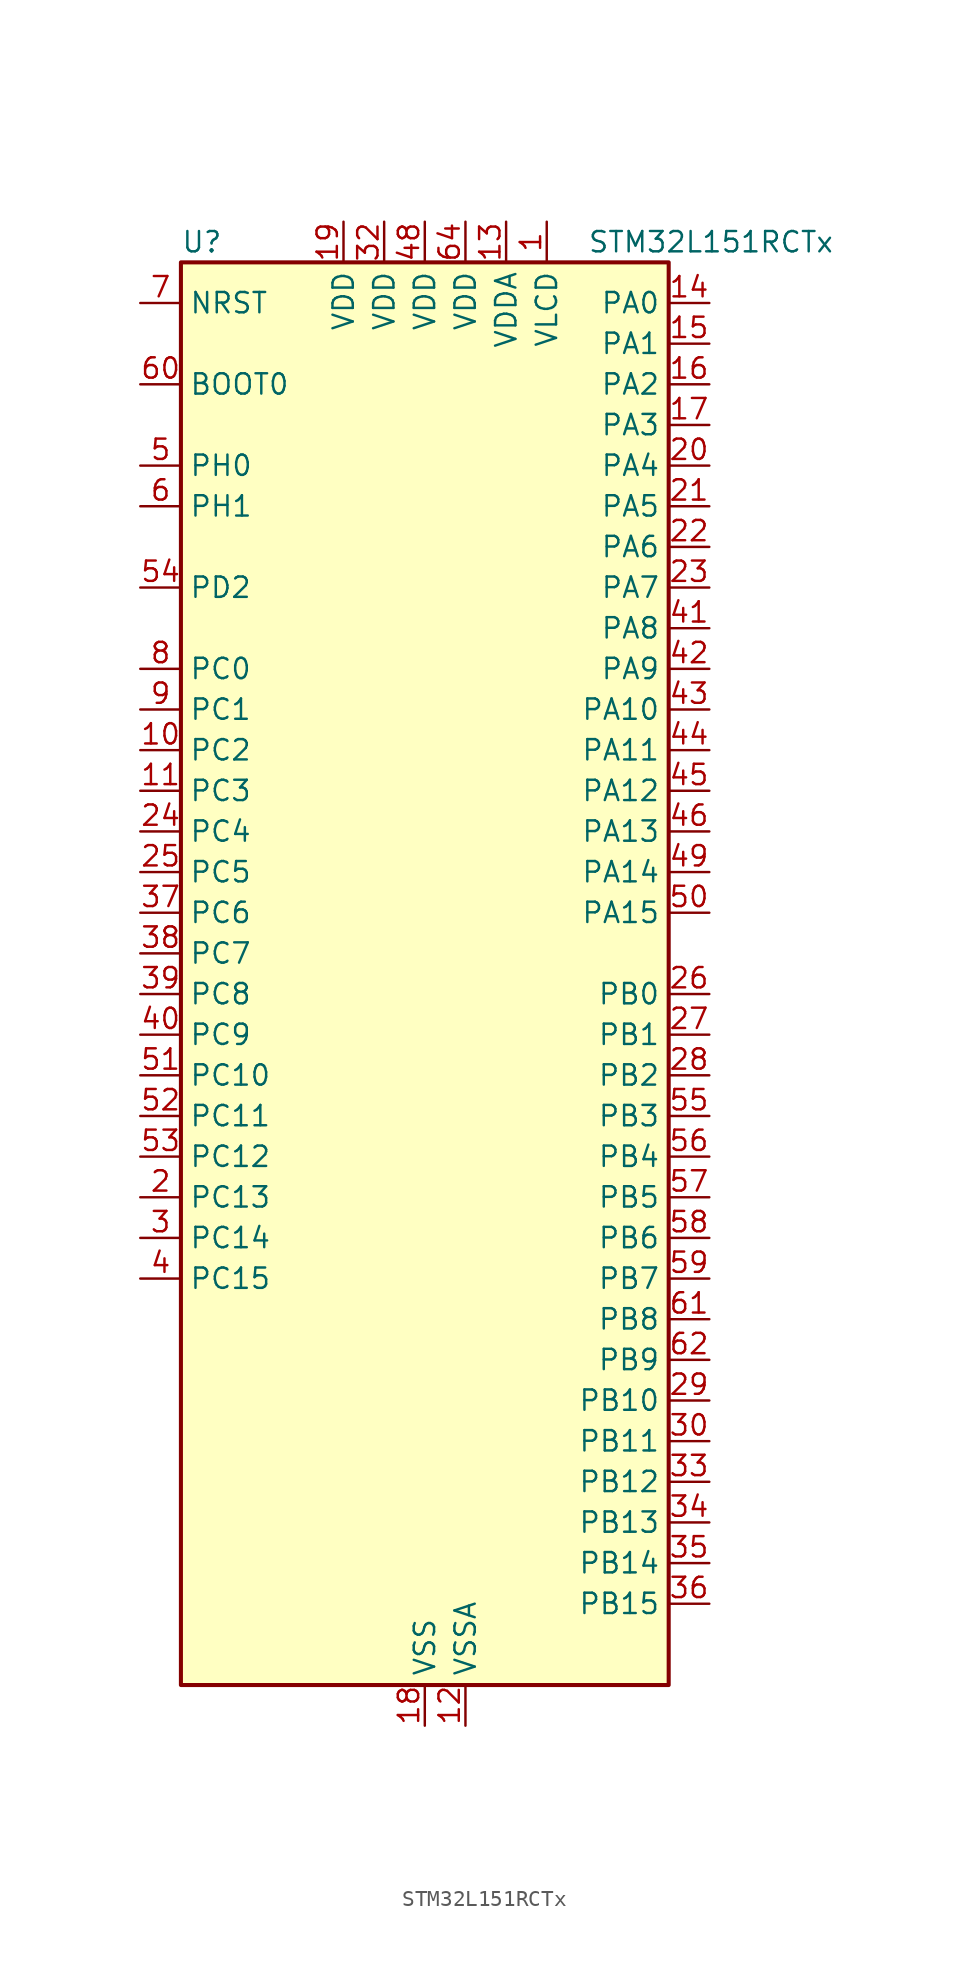
<source format=kicad_sym>
(kicad_symbol_lib
  (version 20231120)
  (generator "kicad-library-utils")
  (generator_version "8.0")
  (symbol "STM32L151RCTx"
    (property "Reference" "U"
      (at -15.24 46.99 0)
      (effects (font (size 1.27 1.27)) (justify left)))
    (property "Value" "STM32L151RCTx"
      (at 10.16 46.99 0)
      (effects (font (size 1.27 1.27)) (justify left)))
    (symbol "STM32L151RCTx_0_1"
      (rectangle (start -15.24 -43.18) (end 15.24 45.72) (stroke (width 0.254) (type default)) (fill (type background))))
    (symbol "STM32L151RCTx_1_1"
      (pin power_in line (at 7.62 48.26 270) (length 2.54) (name "VLCD" (effects (font (size 1.27 1.27)))) (number "1" (effects (font (size 1.27 1.27)))))
      (pin bidirectional line (at -17.78 15.24 0) (length 2.54) (name "PC2" (effects (font (size 1.27 1.27)))) (number "10" (effects (font (size 1.27 1.27)))) (alternate "ADC_IN12" bidirectional line) (alternate "COMP1_INP" bidirectional line) (alternate "TIMX_IC3" bidirectional line) (alternate "TS_G8_IO3" bidirectional line))
      (pin bidirectional line (at -17.78 12.7 0) (length 2.54) (name "PC3" (effects (font (size 1.27 1.27)))) (number "11" (effects (font (size 1.27 1.27)))) (alternate "ADC_IN13" bidirectional line) (alternate "COMP1_INP" bidirectional line) (alternate "TIMX_IC4" bidirectional line) (alternate "TS_G8_IO4" bidirectional line))
      (pin power_in line (at 2.54 -45.72 90) (length 2.54) (name "VSSA" (effects (font (size 1.27 1.27)))) (number "12" (effects (font (size 1.27 1.27)))))
      (pin power_in line (at 5.08 48.26 270) (length 2.54) (name "VDDA" (effects (font (size 1.27 1.27)))) (number "13" (effects (font (size 1.27 1.27)))))
      (pin bidirectional line (at 17.78 43.18 180) (length 2.54) (name "PA0" (effects (font (size 1.27 1.27)))) (number "14" (effects (font (size 1.27 1.27)))) (alternate "ADC_IN0" bidirectional line) (alternate "COMP1_INP" bidirectional line) (alternate "RTC_TAMP2" bidirectional line) (alternate "SYS_WKUP1" bidirectional line) (alternate "TIM2_CH1" bidirectional line) (alternate "TIM2_ETR" bidirectional line) (alternate "TIM5_CH1" bidirectional line) (alternate "TIMX_IC1" bidirectional line) (alternate "TS_G1_IO1" bidirectional line) (alternate "USART2_CTS" bidirectional line))
      (pin bidirectional line (at 17.78 40.64 180) (length 2.54) (name "PA1" (effects (font (size 1.27 1.27)))) (number "15" (effects (font (size 1.27 1.27)))) (alternate "ADC_IN1" bidirectional line) (alternate "COMP1_INP" bidirectional line) (alternate "OPAMP1_VINP" bidirectional line) (alternate "TIM2_CH2" bidirectional line) (alternate "TIM5_CH2" bidirectional line) (alternate "TIMX_IC2" bidirectional line) (alternate "TS_G1_IO2" bidirectional line) (alternate "USART2_RTS" bidirectional line))
      (pin bidirectional line (at 17.78 38.1 180) (length 2.54) (name "PA2" (effects (font (size 1.27 1.27)))) (number "16" (effects (font (size 1.27 1.27)))) (alternate "ADC_IN2" bidirectional line) (alternate "COMP1_INP" bidirectional line) (alternate "OPAMP1_VINM" bidirectional line) (alternate "TIM2_CH3" bidirectional line) (alternate "TIM5_CH3" bidirectional line) (alternate "TIM9_CH1" bidirectional line) (alternate "TIMX_IC3" bidirectional line) (alternate "TS_G1_IO3" bidirectional line) (alternate "USART2_TX" bidirectional line))
      (pin bidirectional line (at 17.78 35.56 180) (length 2.54) (name "PA3" (effects (font (size 1.27 1.27)))) (number "17" (effects (font (size 1.27 1.27)))) (alternate "ADC_IN3" bidirectional line) (alternate "COMP1_INP" bidirectional line) (alternate "OPAMP1_VOUT" bidirectional line) (alternate "TIM2_CH4" bidirectional line) (alternate "TIM5_CH4" bidirectional line) (alternate "TIM9_CH2" bidirectional line) (alternate "TIMX_IC4" bidirectional line) (alternate "TS_G1_IO4" bidirectional line) (alternate "USART2_RX" bidirectional line))
      (pin power_in line (at 0 -45.72 90) (length 2.54) (name "VSS" (effects (font (size 1.27 1.27)))) (number "18" (effects (font (size 1.27 1.27)))))
      (pin power_in line (at -5.08 48.26 270) (length 2.54) (name "VDD" (effects (font (size 1.27 1.27)))) (number "19" (effects (font (size 1.27 1.27)))))
      (pin bidirectional line (at -17.78 -12.7 0) (length 2.54) (name "PC13" (effects (font (size 1.27 1.27)))) (number "2" (effects (font (size 1.27 1.27)))) (alternate "RTC_OUT_ALARM" bidirectional line) (alternate "RTC_OUT_CALIB" bidirectional line) (alternate "RTC_TAMP1" bidirectional line) (alternate "RTC_TS" bidirectional line) (alternate "SYS_WKUP2" bidirectional line) (alternate "TIMX_IC2" bidirectional line))
      (pin bidirectional line (at 17.78 33.02 180) (length 2.54) (name "PA4" (effects (font (size 1.27 1.27)))) (number "20" (effects (font (size 1.27 1.27)))) (alternate "ADC_IN4" bidirectional line) (alternate "COMP1_INP" bidirectional line) (alternate "DAC_OUT1" bidirectional line) (alternate "I2S3_WS" bidirectional line) (alternate "SPI1_NSS" bidirectional line) (alternate "SPI3_NSS" bidirectional line) (alternate "TIMX_IC1" bidirectional line) (alternate "USART2_CK" bidirectional line))
      (pin bidirectional line (at 17.78 30.48 180) (length 2.54) (name "PA5" (effects (font (size 1.27 1.27)))) (number "21" (effects (font (size 1.27 1.27)))) (alternate "ADC_IN5" bidirectional line) (alternate "COMP1_INP" bidirectional line) (alternate "DAC_OUT2" bidirectional line) (alternate "SPI1_SCK" bidirectional line) (alternate "TIM2_CH1" bidirectional line) (alternate "TIM2_ETR" bidirectional line) (alternate "TIMX_IC2" bidirectional line))
      (pin bidirectional line (at 17.78 27.94 180) (length 2.54) (name "PA6" (effects (font (size 1.27 1.27)))) (number "22" (effects (font (size 1.27 1.27)))) (alternate "ADC_IN6" bidirectional line) (alternate "COMP1_INP" bidirectional line) (alternate "OPAMP2_VINP" bidirectional line) (alternate "SPI1_MISO" bidirectional line) (alternate "TIM10_CH1" bidirectional line) (alternate "TIM3_CH1" bidirectional line) (alternate "TIMX_IC3" bidirectional line) (alternate "TS_G2_IO1" bidirectional line))
      (pin bidirectional line (at 17.78 25.4 180) (length 2.54) (name "PA7" (effects (font (size 1.27 1.27)))) (number "23" (effects (font (size 1.27 1.27)))) (alternate "ADC_IN7" bidirectional line) (alternate "COMP1_INP" bidirectional line) (alternate "OPAMP2_VINM" bidirectional line) (alternate "SPI1_MOSI" bidirectional line) (alternate "TIM11_CH1" bidirectional line) (alternate "TIM3_CH2" bidirectional line) (alternate "TIMX_IC4" bidirectional line) (alternate "TS_G2_IO2" bidirectional line))
      (pin bidirectional line (at -17.78 10.16 0) (length 2.54) (name "PC4" (effects (font (size 1.27 1.27)))) (number "24" (effects (font (size 1.27 1.27)))) (alternate "ADC_IN14" bidirectional line) (alternate "COMP1_INP" bidirectional line) (alternate "TIMX_IC1" bidirectional line) (alternate "TS_G9_IO1" bidirectional line))
      (pin bidirectional line (at -17.78 7.62 0) (length 2.54) (name "PC5" (effects (font (size 1.27 1.27)))) (number "25" (effects (font (size 1.27 1.27)))) (alternate "ADC_IN15" bidirectional line) (alternate "COMP1_INP" bidirectional line) (alternate "TIMX_IC2" bidirectional line) (alternate "TS_G9_IO2" bidirectional line))
      (pin bidirectional line (at 17.78 0 180) (length 2.54) (name "PB0" (effects (font (size 1.27 1.27)))) (number "26" (effects (font (size 1.27 1.27)))) (alternate "ADC_IN8" bidirectional line) (alternate "COMP1_INP" bidirectional line) (alternate "OPAMP2_VOUT" bidirectional line) (alternate "SYS_V_REF_OUT" bidirectional line) (alternate "TIM3_CH3" bidirectional line) (alternate "TS_G3_IO1" bidirectional line))
      (pin bidirectional line (at 17.78 -2.54 180) (length 2.54) (name "PB1" (effects (font (size 1.27 1.27)))) (number "27" (effects (font (size 1.27 1.27)))) (alternate "ADC_IN9" bidirectional line) (alternate "COMP1_INP" bidirectional line) (alternate "SYS_V_REF_OUT" bidirectional line) (alternate "TIM3_CH4" bidirectional line) (alternate "TS_G3_IO2" bidirectional line))
      (pin bidirectional line (at 17.78 -5.08 180) (length 2.54) (name "PB2" (effects (font (size 1.27 1.27)))) (number "28" (effects (font (size 1.27 1.27)))) (alternate "TS_G3_IO3" bidirectional line))
      (pin bidirectional line (at 17.78 -25.4 180) (length 2.54) (name "PB10" (effects (font (size 1.27 1.27)))) (number "29" (effects (font (size 1.27 1.27)))) (alternate "I2C2_SCL" bidirectional line) (alternate "TIM2_CH3" bidirectional line) (alternate "USART3_TX" bidirectional line))
      (pin bidirectional line (at -17.78 -15.24 0) (length 2.54) (name "PC14" (effects (font (size 1.27 1.27)))) (number "3" (effects (font (size 1.27 1.27)))) (alternate "RCC_OSC32_IN" bidirectional line) (alternate "TIMX_IC3" bidirectional line))
      (pin bidirectional line (at 17.78 -27.94 180) (length 2.54) (name "PB11" (effects (font (size 1.27 1.27)))) (number "30" (effects (font (size 1.27 1.27)))) (alternate "ADC_EXTI11" bidirectional line) (alternate "I2C2_SDA" bidirectional line) (alternate "TIM2_CH4" bidirectional line) (alternate "USART3_RX" bidirectional line))
      (pin passive line (at 0 -45.72 90) (length 2.54) hide (name "VSS" (effects (font (size 1.27 1.27)))) (number "31" (effects (font (size 1.27 1.27)))))
      (pin power_in line (at -2.54 48.26 270) (length 2.54) (name "VDD" (effects (font (size 1.27 1.27)))) (number "32" (effects (font (size 1.27 1.27)))))
      (pin bidirectional line (at 17.78 -30.48 180) (length 2.54) (name "PB12" (effects (font (size 1.27 1.27)))) (number "33" (effects (font (size 1.27 1.27)))) (alternate "ADC_IN18" bidirectional line) (alternate "COMP1_INP" bidirectional line) (alternate "I2C2_SMBA" bidirectional line) (alternate "I2S2_WS" bidirectional line) (alternate "SPI2_NSS" bidirectional line) (alternate "TIM10_CH1" bidirectional line) (alternate "TS_G7_IO1" bidirectional line) (alternate "USART3_CK" bidirectional line))
      (pin bidirectional line (at 17.78 -33.02 180) (length 2.54) (name "PB13" (effects (font (size 1.27 1.27)))) (number "34" (effects (font (size 1.27 1.27)))) (alternate "ADC_IN19" bidirectional line) (alternate "COMP1_INP" bidirectional line) (alternate "I2S2_CK" bidirectional line) (alternate "SPI2_SCK" bidirectional line) (alternate "TIM9_CH1" bidirectional line) (alternate "TS_G7_IO2" bidirectional line) (alternate "USART3_CTS" bidirectional line))
      (pin bidirectional line (at 17.78 -35.56 180) (length 2.54) (name "PB14" (effects (font (size 1.27 1.27)))) (number "35" (effects (font (size 1.27 1.27)))) (alternate "ADC_IN20" bidirectional line) (alternate "COMP1_INP" bidirectional line) (alternate "SPI2_MISO" bidirectional line) (alternate "TIM9_CH2" bidirectional line) (alternate "TS_G7_IO3" bidirectional line) (alternate "USART3_RTS" bidirectional line))
      (pin bidirectional line (at 17.78 -38.1 180) (length 2.54) (name "PB15" (effects (font (size 1.27 1.27)))) (number "36" (effects (font (size 1.27 1.27)))) (alternate "ADC_EXTI15" bidirectional line) (alternate "ADC_IN21" bidirectional line) (alternate "COMP1_INP" bidirectional line) (alternate "I2S2_SD" bidirectional line) (alternate "RTC_REFIN" bidirectional line) (alternate "SPI2_MOSI" bidirectional line) (alternate "TIM11_CH1" bidirectional line) (alternate "TS_G7_IO4" bidirectional line))
      (pin bidirectional line (at -17.78 5.08 0) (length 2.54) (name "PC6" (effects (font (size 1.27 1.27)))) (number "37" (effects (font (size 1.27 1.27)))) (alternate "I2S2_MCK" bidirectional line) (alternate "TIM3_CH1" bidirectional line) (alternate "TIMX_IC3" bidirectional line) (alternate "TS_G10_IO1" bidirectional line))
      (pin bidirectional line (at -17.78 2.54 0) (length 2.54) (name "PC7" (effects (font (size 1.27 1.27)))) (number "38" (effects (font (size 1.27 1.27)))) (alternate "I2S3_MCK" bidirectional line) (alternate "TIM3_CH2" bidirectional line) (alternate "TIMX_IC4" bidirectional line) (alternate "TS_G10_IO2" bidirectional line))
      (pin bidirectional line (at -17.78 0 0) (length 2.54) (name "PC8" (effects (font (size 1.27 1.27)))) (number "39" (effects (font (size 1.27 1.27)))) (alternate "TIM3_CH3" bidirectional line) (alternate "TIMX_IC1" bidirectional line) (alternate "TS_G10_IO3" bidirectional line))
      (pin bidirectional line (at -17.78 -17.78 0) (length 2.54) (name "PC15" (effects (font (size 1.27 1.27)))) (number "4" (effects (font (size 1.27 1.27)))) (alternate "ADC_EXTI15" bidirectional line) (alternate "RCC_OSC32_OUT" bidirectional line) (alternate "TIMX_IC4" bidirectional line))
      (pin bidirectional line (at -17.78 -2.54 0) (length 2.54) (name "PC9" (effects (font (size 1.27 1.27)))) (number "40" (effects (font (size 1.27 1.27)))) (alternate "DAC_EXTI9" bidirectional line) (alternate "TIM3_CH4" bidirectional line) (alternate "TIMX_IC2" bidirectional line) (alternate "TS_G10_IO4" bidirectional line))
      (pin bidirectional line (at 17.78 22.86 180) (length 2.54) (name "PA8" (effects (font (size 1.27 1.27)))) (number "41" (effects (font (size 1.27 1.27)))) (alternate "RCC_MCO" bidirectional line) (alternate "TIMX_IC1" bidirectional line) (alternate "TS_G4_IO1" bidirectional line) (alternate "USART1_CK" bidirectional line))
      (pin bidirectional line (at 17.78 20.32 180) (length 2.54) (name "PA9" (effects (font (size 1.27 1.27)))) (number "42" (effects (font (size 1.27 1.27)))) (alternate "DAC_EXTI9" bidirectional line) (alternate "TIMX_IC2" bidirectional line) (alternate "TS_G4_IO2" bidirectional line) (alternate "USART1_TX" bidirectional line))
      (pin bidirectional line (at 17.78 17.78 180) (length 2.54) (name "PA10" (effects (font (size 1.27 1.27)))) (number "43" (effects (font (size 1.27 1.27)))) (alternate "TIMX_IC3" bidirectional line) (alternate "TS_G4_IO3" bidirectional line) (alternate "USART1_RX" bidirectional line))
      (pin bidirectional line (at 17.78 15.24 180) (length 2.54) (name "PA11" (effects (font (size 1.27 1.27)))) (number "44" (effects (font (size 1.27 1.27)))) (alternate "ADC_EXTI11" bidirectional line) (alternate "SPI1_MISO" bidirectional line) (alternate "TIMX_IC4" bidirectional line) (alternate "USART1_CTS" bidirectional line) (alternate "USB_DM" bidirectional line))
      (pin bidirectional line (at 17.78 12.7 180) (length 2.54) (name "PA12" (effects (font (size 1.27 1.27)))) (number "45" (effects (font (size 1.27 1.27)))) (alternate "SPI1_MOSI" bidirectional line) (alternate "TIMX_IC1" bidirectional line) (alternate "USART1_RTS" bidirectional line) (alternate "USB_DP" bidirectional line))
      (pin bidirectional line (at 17.78 10.16 180) (length 2.54) (name "PA13" (effects (font (size 1.27 1.27)))) (number "46" (effects (font (size 1.27 1.27)))) (alternate "SYS_JTMS-SWDIO" bidirectional line) (alternate "TIMX_IC2" bidirectional line) (alternate "TS_G5_IO1" bidirectional line))
      (pin passive line (at 0 -45.72 90) (length 2.54) hide (name "VSS" (effects (font (size 1.27 1.27)))) (number "47" (effects (font (size 1.27 1.27)))))
      (pin power_in line (at 0 48.26 270) (length 2.54) (name "VDD" (effects (font (size 1.27 1.27)))) (number "48" (effects (font (size 1.27 1.27)))))
      (pin bidirectional line (at 17.78 7.62 180) (length 2.54) (name "PA14" (effects (font (size 1.27 1.27)))) (number "49" (effects (font (size 1.27 1.27)))) (alternate "SYS_JTCK-SWCLK" bidirectional line) (alternate "TIMX_IC3" bidirectional line) (alternate "TS_G5_IO2" bidirectional line))
      (pin bidirectional line (at -17.78 33.02 0) (length 2.54) (name "PH0" (effects (font (size 1.27 1.27)))) (number "5" (effects (font (size 1.27 1.27)))) (alternate "RCC_OSC_IN" bidirectional line))
      (pin bidirectional line (at 17.78 5.08 180) (length 2.54) (name "PA15" (effects (font (size 1.27 1.27)))) (number "50" (effects (font (size 1.27 1.27)))) (alternate "ADC_EXTI15" bidirectional line) (alternate "I2S3_WS" bidirectional line) (alternate "SPI1_NSS" bidirectional line) (alternate "SPI3_NSS" bidirectional line) (alternate "SYS_JTDI" bidirectional line) (alternate "TIM2_CH1" bidirectional line) (alternate "TIM2_ETR" bidirectional line) (alternate "TIMX_IC4" bidirectional line) (alternate "TS_G5_IO3" bidirectional line))
      (pin bidirectional line (at -17.78 -5.08 0) (length 2.54) (name "PC10" (effects (font (size 1.27 1.27)))) (number "51" (effects (font (size 1.27 1.27)))) (alternate "I2S3_CK" bidirectional line) (alternate "SPI3_SCK" bidirectional line) (alternate "TIMX_IC3" bidirectional line) (alternate "USART3_TX" bidirectional line))
      (pin bidirectional line (at -17.78 -7.62 0) (length 2.54) (name "PC11" (effects (font (size 1.27 1.27)))) (number "52" (effects (font (size 1.27 1.27)))) (alternate "ADC_EXTI11" bidirectional line) (alternate "SPI3_MISO" bidirectional line) (alternate "TIMX_IC4" bidirectional line) (alternate "USART3_RX" bidirectional line))
      (pin bidirectional line (at -17.78 -10.16 0) (length 2.54) (name "PC12" (effects (font (size 1.27 1.27)))) (number "53" (effects (font (size 1.27 1.27)))) (alternate "I2S3_SD" bidirectional line) (alternate "SPI3_MOSI" bidirectional line) (alternate "TIMX_IC1" bidirectional line) (alternate "USART3_CK" bidirectional line))
      (pin bidirectional line (at -17.78 25.4 0) (length 2.54) (name "PD2" (effects (font (size 1.27 1.27)))) (number "54" (effects (font (size 1.27 1.27)))) (alternate "TIM3_ETR" bidirectional line) (alternate "TIMX_IC3" bidirectional line))
      (pin bidirectional line (at 17.78 -7.62 180) (length 2.54) (name "PB3" (effects (font (size 1.27 1.27)))) (number "55" (effects (font (size 1.27 1.27)))) (alternate "COMP2_INM" bidirectional line) (alternate "I2S3_CK" bidirectional line) (alternate "SPI1_SCK" bidirectional line) (alternate "SPI3_SCK" bidirectional line) (alternate "SYS_JTDO-TRACESWO" bidirectional line) (alternate "TIM2_CH2" bidirectional line))
      (pin bidirectional line (at 17.78 -10.16 180) (length 2.54) (name "PB4" (effects (font (size 1.27 1.27)))) (number "56" (effects (font (size 1.27 1.27)))) (alternate "COMP2_INP" bidirectional line) (alternate "SPI1_MISO" bidirectional line) (alternate "SPI3_MISO" bidirectional line) (alternate "SYS_JTRST" bidirectional line) (alternate "TIM3_CH1" bidirectional line) (alternate "TS_G6_IO1" bidirectional line))
      (pin bidirectional line (at 17.78 -12.7 180) (length 2.54) (name "PB5" (effects (font (size 1.27 1.27)))) (number "57" (effects (font (size 1.27 1.27)))) (alternate "COMP2_INP" bidirectional line) (alternate "I2C1_SMBA" bidirectional line) (alternate "I2S3_SD" bidirectional line) (alternate "SPI1_MOSI" bidirectional line) (alternate "SPI3_MOSI" bidirectional line) (alternate "TIM3_CH2" bidirectional line) (alternate "TS_G6_IO2" bidirectional line))
      (pin bidirectional line (at 17.78 -15.24 180) (length 2.54) (name "PB6" (effects (font (size 1.27 1.27)))) (number "58" (effects (font (size 1.27 1.27)))) (alternate "COMP2_INP" bidirectional line) (alternate "I2C1_SCL" bidirectional line) (alternate "TIM4_CH1" bidirectional line) (alternate "TS_G6_IO3" bidirectional line) (alternate "USART1_TX" bidirectional line))
      (pin bidirectional line (at 17.78 -17.78 180) (length 2.54) (name "PB7" (effects (font (size 1.27 1.27)))) (number "59" (effects (font (size 1.27 1.27)))) (alternate "COMP2_INP" bidirectional line) (alternate "I2C1_SDA" bidirectional line) (alternate "SYS_PVD_IN" bidirectional line) (alternate "TIM4_CH2" bidirectional line) (alternate "TS_G6_IO4" bidirectional line) (alternate "USART1_RX" bidirectional line))
      (pin bidirectional line (at -17.78 30.48 0) (length 2.54) (name "PH1" (effects (font (size 1.27 1.27)))) (number "6" (effects (font (size 1.27 1.27)))) (alternate "RCC_OSC_OUT" bidirectional line))
      (pin input line (at -17.78 38.1 0) (length 2.54) (name "BOOT0" (effects (font (size 1.27 1.27)))) (number "60" (effects (font (size 1.27 1.27)))))
      (pin bidirectional line (at 17.78 -20.32 180) (length 2.54) (name "PB8" (effects (font (size 1.27 1.27)))) (number "61" (effects (font (size 1.27 1.27)))) (alternate "I2C1_SCL" bidirectional line) (alternate "TIM10_CH1" bidirectional line) (alternate "TIM4_CH3" bidirectional line))
      (pin bidirectional line (at 17.78 -22.86 180) (length 2.54) (name "PB9" (effects (font (size 1.27 1.27)))) (number "62" (effects (font (size 1.27 1.27)))) (alternate "DAC_EXTI9" bidirectional line) (alternate "I2C1_SDA" bidirectional line) (alternate "TIM11_CH1" bidirectional line) (alternate "TIM4_CH4" bidirectional line))
      (pin passive line (at 0 -45.72 90) (length 2.54) hide (name "VSS" (effects (font (size 1.27 1.27)))) (number "63" (effects (font (size 1.27 1.27)))))
      (pin power_in line (at 2.54 48.26 270) (length 2.54) (name "VDD" (effects (font (size 1.27 1.27)))) (number "64" (effects (font (size 1.27 1.27)))))
      (pin input line (at -17.78 43.18 0) (length 2.54) (name "NRST" (effects (font (size 1.27 1.27)))) (number "7" (effects (font (size 1.27 1.27)))))
      (pin bidirectional line (at -17.78 20.32 0) (length 2.54) (name "PC0" (effects (font (size 1.27 1.27)))) (number "8" (effects (font (size 1.27 1.27)))) (alternate "ADC_IN10" bidirectional line) (alternate "COMP1_INP" bidirectional line) (alternate "TIMX_IC1" bidirectional line) (alternate "TS_G8_IO1" bidirectional line))
      (pin bidirectional line (at -17.78 17.78 0) (length 2.54) (name "PC1" (effects (font (size 1.27 1.27)))) (number "9" (effects (font (size 1.27 1.27)))) (alternate "ADC_IN11" bidirectional line) (alternate "COMP1_INP" bidirectional line) (alternate "TIMX_IC2" bidirectional line) (alternate "TS_G8_IO2" bidirectional line)))))
</source>
